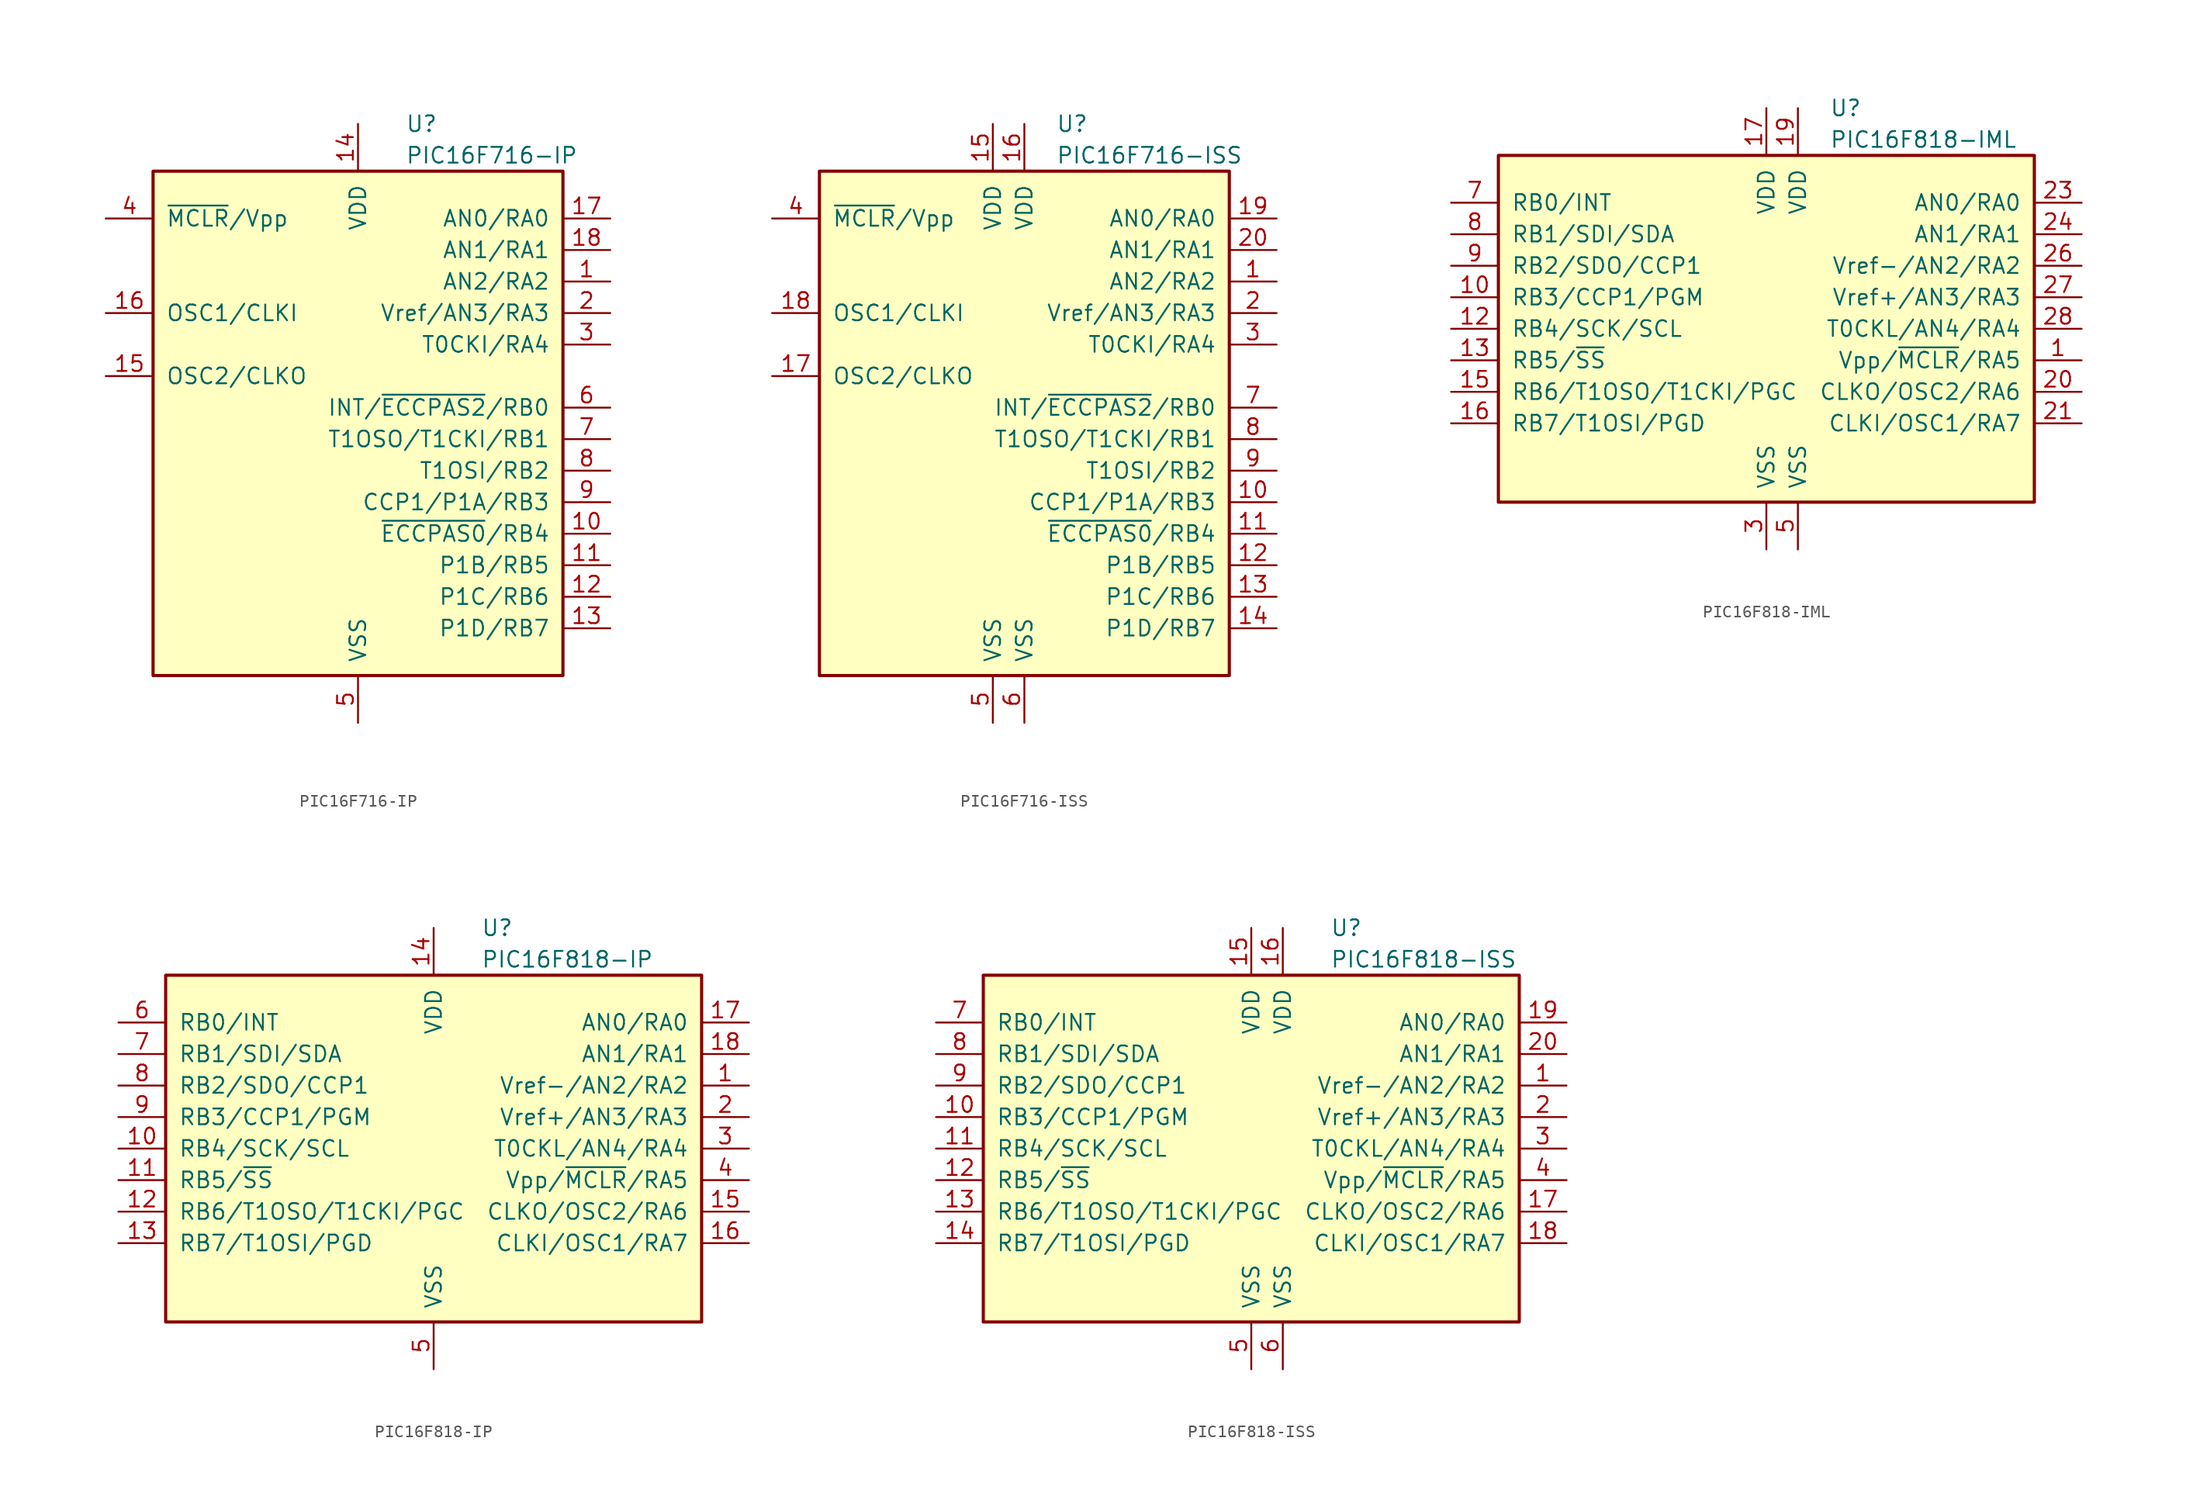
<source format=kicad_sym>
(kicad_symbol_lib
  (version 20201005)
  (generator kicad_symbol_editor)
  (symbol "PIC16F716-IP"
    (pin_names
      (offset 1.016))
    (property "Reference" "U"
      (at 3.81 22.86 0)
      (effects (font (size 1.27 1.27)) (justify left)))
    (property "Value" "PIC16F716-IP"
      (at 3.81 20.32 0)
      (effects (font (size 1.27 1.27)) (justify left)))
    (symbol "PIC16F716-IP_0_1"
      (rectangle (start -16.51 19.05) (end 16.51 -21.59) (stroke (width 0.254)) (fill (type background))))
    (symbol "PIC16F716-IP_1_1"
      (pin bidirectional line (at 20.32 10.16 180) (length 3.81) (name "AN2/RA2" (effects (font (size 1.27 1.27)))) (number "1" (effects (font (size 1.27 1.27)))))
      (pin bidirectional line (at 20.32 -10.16 180) (length 3.81) (name "~ECCPAS0~/RB4" (effects (font (size 1.27 1.27)))) (number "10" (effects (font (size 1.27 1.27)))))
      (pin bidirectional line (at 20.32 -12.7 180) (length 3.81) (name "P1B/RB5" (effects (font (size 1.27 1.27)))) (number "11" (effects (font (size 1.27 1.27)))))
      (pin bidirectional line (at 20.32 -15.24 180) (length 3.81) (name "P1C/RB6" (effects (font (size 1.27 1.27)))) (number "12" (effects (font (size 1.27 1.27)))))
      (pin bidirectional line (at 20.32 -17.78 180) (length 3.81) (name "P1D/RB7" (effects (font (size 1.27 1.27)))) (number "13" (effects (font (size 1.27 1.27)))))
      (pin power_in line (at 0 22.86 270) (length 3.81) (name "VDD" (effects (font (size 1.27 1.27)))) (number "14" (effects (font (size 1.27 1.27)))))
      (pin output line (at -20.32 2.54 0) (length 3.81) (name "OSC2/CLKO" (effects (font (size 1.27 1.27)))) (number "15" (effects (font (size 1.27 1.27)))))
      (pin input line (at -20.32 7.62 0) (length 3.81) (name "OSC1/CLKI" (effects (font (size 1.27 1.27)))) (number "16" (effects (font (size 1.27 1.27)))))
      (pin bidirectional line (at 20.32 15.24 180) (length 3.81) (name "AN0/RA0" (effects (font (size 1.27 1.27)))) (number "17" (effects (font (size 1.27 1.27)))))
      (pin bidirectional line (at 20.32 12.7 180) (length 3.81) (name "AN1/RA1" (effects (font (size 1.27 1.27)))) (number "18" (effects (font (size 1.27 1.27)))))
      (pin bidirectional line (at 20.32 7.62 180) (length 3.81) (name "Vref/AN3/RA3" (effects (font (size 1.27 1.27)))) (number "2" (effects (font (size 1.27 1.27)))))
      (pin output line (at 20.32 5.08 180) (length 3.81) (name "T0CKI/RA4" (effects (font (size 1.27 1.27)))) (number "3" (effects (font (size 1.27 1.27)))))
      (pin input line (at -20.32 15.24 0) (length 3.81) (name "~MCLR~/Vpp" (effects (font (size 1.27 1.27)))) (number "4" (effects (font (size 1.27 1.27)))))
      (pin power_in line (at 0 -25.4 90) (length 3.81) (name "VSS" (effects (font (size 1.27 1.27)))) (number "5" (effects (font (size 1.27 1.27)))))
      (pin bidirectional line (at 20.32 0 180) (length 3.81) (name "INT/~ECCPAS2~/RB0" (effects (font (size 1.27 1.27)))) (number "6" (effects (font (size 1.27 1.27)))))
      (pin bidirectional line (at 20.32 -2.54 180) (length 3.81) (name "T1OSO/T1CKI/RB1" (effects (font (size 1.27 1.27)))) (number "7" (effects (font (size 1.27 1.27)))))
      (pin bidirectional line (at 20.32 -5.08 180) (length 3.81) (name "T1OSI/RB2" (effects (font (size 1.27 1.27)))) (number "8" (effects (font (size 1.27 1.27)))))
      (pin bidirectional line (at 20.32 -7.62 180) (length 3.81) (name "CCP1/P1A/RB3" (effects (font (size 1.27 1.27)))) (number "9" (effects (font (size 1.27 1.27)))))))
  (symbol "PIC16F716-ISS"
    (pin_names
      (offset 1.016))
    (property "Reference" "U"
      (at 2.54 22.86 0)
      (effects (font (size 1.27 1.27)) (justify left)))
    (property "Value" "PIC16F716-ISS"
      (at 2.54 20.32 0)
      (effects (font (size 1.27 1.27)) (justify left)))
    (symbol "PIC16F716-ISS_0_1"
      (rectangle (start -16.51 19.05) (end 16.51 -21.59) (stroke (width 0.254)) (fill (type background))))
    (symbol "PIC16F716-ISS_1_1"
      (pin bidirectional line (at 20.32 10.16 180) (length 3.81) (name "AN2/RA2" (effects (font (size 1.27 1.27)))) (number "1" (effects (font (size 1.27 1.27)))))
      (pin bidirectional line (at 20.32 -7.62 180) (length 3.81) (name "CCP1/P1A/RB3" (effects (font (size 1.27 1.27)))) (number "10" (effects (font (size 1.27 1.27)))))
      (pin bidirectional line (at 20.32 -10.16 180) (length 3.81) (name "~ECCPAS0~/RB4" (effects (font (size 1.27 1.27)))) (number "11" (effects (font (size 1.27 1.27)))))
      (pin bidirectional line (at 20.32 -12.7 180) (length 3.81) (name "P1B/RB5" (effects (font (size 1.27 1.27)))) (number "12" (effects (font (size 1.27 1.27)))))
      (pin bidirectional line (at 20.32 -15.24 180) (length 3.81) (name "P1C/RB6" (effects (font (size 1.27 1.27)))) (number "13" (effects (font (size 1.27 1.27)))))
      (pin bidirectional line (at 20.32 -17.78 180) (length 3.81) (name "P1D/RB7" (effects (font (size 1.27 1.27)))) (number "14" (effects (font (size 1.27 1.27)))))
      (pin power_in line (at -2.54 22.86 270) (length 3.81) (name "VDD" (effects (font (size 1.27 1.27)))) (number "15" (effects (font (size 1.27 1.27)))))
      (pin power_in line (at 0 22.86 270) (length 3.81) (name "VDD" (effects (font (size 1.27 1.27)))) (number "16" (effects (font (size 1.27 1.27)))))
      (pin output line (at -20.32 2.54 0) (length 3.81) (name "OSC2/CLKO" (effects (font (size 1.27 1.27)))) (number "17" (effects (font (size 1.27 1.27)))))
      (pin input line (at -20.32 7.62 0) (length 3.81) (name "OSC1/CLKI" (effects (font (size 1.27 1.27)))) (number "18" (effects (font (size 1.27 1.27)))))
      (pin bidirectional line (at 20.32 15.24 180) (length 3.81) (name "AN0/RA0" (effects (font (size 1.27 1.27)))) (number "19" (effects (font (size 1.27 1.27)))))
      (pin bidirectional line (at 20.32 7.62 180) (length 3.81) (name "Vref/AN3/RA3" (effects (font (size 1.27 1.27)))) (number "2" (effects (font (size 1.27 1.27)))))
      (pin bidirectional line (at 20.32 12.7 180) (length 3.81) (name "AN1/RA1" (effects (font (size 1.27 1.27)))) (number "20" (effects (font (size 1.27 1.27)))))
      (pin output line (at 20.32 5.08 180) (length 3.81) (name "T0CKI/RA4" (effects (font (size 1.27 1.27)))) (number "3" (effects (font (size 1.27 1.27)))))
      (pin input line (at -20.32 15.24 0) (length 3.81) (name "~MCLR~/Vpp" (effects (font (size 1.27 1.27)))) (number "4" (effects (font (size 1.27 1.27)))))
      (pin power_in line (at -2.54 -25.4 90) (length 3.81) (name "VSS" (effects (font (size 1.27 1.27)))) (number "5" (effects (font (size 1.27 1.27)))))
      (pin power_in line (at 0 -25.4 90) (length 3.81) (name "VSS" (effects (font (size 1.27 1.27)))) (number "6" (effects (font (size 1.27 1.27)))))
      (pin bidirectional line (at 20.32 0 180) (length 3.81) (name "INT/~ECCPAS2~/RB0" (effects (font (size 1.27 1.27)))) (number "7" (effects (font (size 1.27 1.27)))))
      (pin bidirectional line (at 20.32 -2.54 180) (length 3.81) (name "T1OSO/T1CKI/RB1" (effects (font (size 1.27 1.27)))) (number "8" (effects (font (size 1.27 1.27)))))
      (pin bidirectional line (at 20.32 -5.08 180) (length 3.81) (name "T1OSI/RB2" (effects (font (size 1.27 1.27)))) (number "9" (effects (font (size 1.27 1.27)))))))
  (symbol "PIC16F818-IML"
    (pin_names
      (offset 1.016))
    (property "Reference" "U"
      (at 5.08 17.78 0)
      (effects (font (size 1.27 1.27)) (justify left)))
    (property "Value" "PIC16F818-IML"
      (at 5.08 15.24 0)
      (effects (font (size 1.27 1.27)) (justify left)))
    (symbol "PIC16F818-IML_0_1"
      (rectangle (start -21.59 13.97) (end 21.59 -13.97) (stroke (width 0.254)) (fill (type background))))
    (symbol "PIC16F818-IML_1_1"
      (pin input line (at 25.4 -2.54 180) (length 3.81) (name "Vpp/~MCLR~/RA5" (effects (font (size 1.27 1.27)))) (number "1" (effects (font (size 1.27 1.27)))))
      (pin bidirectional line (at -25.4 2.54 0) (length 3.81) (name "RB3/CCP1/PGM" (effects (font (size 1.27 1.27)))) (number "10" (effects (font (size 1.27 1.27)))))
      (pin bidirectional line (at -25.4 0 0) (length 3.81) (name "RB4/SCK/SCL" (effects (font (size 1.27 1.27)))) (number "12" (effects (font (size 1.27 1.27)))))
      (pin bidirectional line (at -25.4 -2.54 0) (length 3.81) (name "RB5/~SS~" (effects (font (size 1.27 1.27)))) (number "13" (effects (font (size 1.27 1.27)))))
      (pin bidirectional line (at -25.4 -5.08 0) (length 3.81) (name "RB6/T1OSO/T1CKI/PGC" (effects (font (size 1.27 1.27)))) (number "15" (effects (font (size 1.27 1.27)))))
      (pin bidirectional line (at -25.4 -7.62 0) (length 3.81) (name "RB7/T1OSI/PGD" (effects (font (size 1.27 1.27)))) (number "16" (effects (font (size 1.27 1.27)))))
      (pin power_in line (at 0 17.78 270) (length 3.81) (name "VDD" (effects (font (size 1.27 1.27)))) (number "17" (effects (font (size 1.27 1.27)))))
      (pin power_in line (at 2.54 17.78 270) (length 3.81) (name "VDD" (effects (font (size 1.27 1.27)))) (number "19" (effects (font (size 1.27 1.27)))))
      (pin bidirectional line (at 25.4 -5.08 180) (length 3.81) (name "CLKO/OSC2/RA6" (effects (font (size 1.27 1.27)))) (number "20" (effects (font (size 1.27 1.27)))))
      (pin bidirectional line (at 25.4 -7.62 180) (length 3.81) (name "CLKI/OSC1/RA7" (effects (font (size 1.27 1.27)))) (number "21" (effects (font (size 1.27 1.27)))))
      (pin bidirectional line (at 25.4 10.16 180) (length 3.81) (name "AN0/RA0" (effects (font (size 1.27 1.27)))) (number "23" (effects (font (size 1.27 1.27)))))
      (pin bidirectional line (at 25.4 7.62 180) (length 3.81) (name "AN1/RA1" (effects (font (size 1.27 1.27)))) (number "24" (effects (font (size 1.27 1.27)))))
      (pin bidirectional line (at 25.4 5.08 180) (length 3.81) (name "Vref-/AN2/RA2" (effects (font (size 1.27 1.27)))) (number "26" (effects (font (size 1.27 1.27)))))
      (pin bidirectional line (at 25.4 2.54 180) (length 3.81) (name "Vref+/AN3/RA3" (effects (font (size 1.27 1.27)))) (number "27" (effects (font (size 1.27 1.27)))))
      (pin bidirectional line (at 25.4 0 180) (length 3.81) (name "T0CKL/AN4/RA4" (effects (font (size 1.27 1.27)))) (number "28" (effects (font (size 1.27 1.27)))))
      (pin power_in line (at 0 -17.78 90) (length 3.81) (name "VSS" (effects (font (size 1.27 1.27)))) (number "3" (effects (font (size 1.27 1.27)))))
      (pin power_in line (at 2.54 -17.78 90) (length 3.81) (name "VSS" (effects (font (size 1.27 1.27)))) (number "5" (effects (font (size 1.27 1.27)))))
      (pin bidirectional line (at -25.4 10.16 0) (length 3.81) (name "RB0/INT" (effects (font (size 1.27 1.27)))) (number "7" (effects (font (size 1.27 1.27)))))
      (pin bidirectional line (at -25.4 7.62 0) (length 3.81) (name "RB1/SDI/SDA" (effects (font (size 1.27 1.27)))) (number "8" (effects (font (size 1.27 1.27)))))
      (pin bidirectional line (at -25.4 5.08 0) (length 3.81) (name "RB2/SDO/CCP1" (effects (font (size 1.27 1.27)))) (number "9" (effects (font (size 1.27 1.27)))))))
  (symbol "PIC16F818-IP"
    (pin_names
      (offset 1.016))
    (property "Reference" "U"
      (at 3.81 17.78 0)
      (effects (font (size 1.27 1.27)) (justify left)))
    (property "Value" "PIC16F818-IP"
      (at 3.81 15.24 0)
      (effects (font (size 1.27 1.27)) (justify left)))
    (symbol "PIC16F818-IP_0_1"
      (rectangle (start -21.59 13.97) (end 21.59 -13.97) (stroke (width 0.254)) (fill (type background))))
    (symbol "PIC16F818-IP_1_1"
      (pin bidirectional line (at 25.4 5.08 180) (length 3.81) (name "Vref-/AN2/RA2" (effects (font (size 1.27 1.27)))) (number "1" (effects (font (size 1.27 1.27)))))
      (pin bidirectional line (at -25.4 0 0) (length 3.81) (name "RB4/SCK/SCL" (effects (font (size 1.27 1.27)))) (number "10" (effects (font (size 1.27 1.27)))))
      (pin bidirectional line (at -25.4 -2.54 0) (length 3.81) (name "RB5/~SS~" (effects (font (size 1.27 1.27)))) (number "11" (effects (font (size 1.27 1.27)))))
      (pin bidirectional line (at -25.4 -5.08 0) (length 3.81) (name "RB6/T1OSO/T1CKI/PGC" (effects (font (size 1.27 1.27)))) (number "12" (effects (font (size 1.27 1.27)))))
      (pin bidirectional line (at -25.4 -7.62 0) (length 3.81) (name "RB7/T1OSI/PGD" (effects (font (size 1.27 1.27)))) (number "13" (effects (font (size 1.27 1.27)))))
      (pin power_in line (at 0 17.78 270) (length 3.81) (name "VDD" (effects (font (size 1.27 1.27)))) (number "14" (effects (font (size 1.27 1.27)))))
      (pin bidirectional line (at 25.4 -5.08 180) (length 3.81) (name "CLKO/OSC2/RA6" (effects (font (size 1.27 1.27)))) (number "15" (effects (font (size 1.27 1.27)))))
      (pin bidirectional line (at 25.4 -7.62 180) (length 3.81) (name "CLKI/OSC1/RA7" (effects (font (size 1.27 1.27)))) (number "16" (effects (font (size 1.27 1.27)))))
      (pin bidirectional line (at 25.4 10.16 180) (length 3.81) (name "AN0/RA0" (effects (font (size 1.27 1.27)))) (number "17" (effects (font (size 1.27 1.27)))))
      (pin bidirectional line (at 25.4 7.62 180) (length 3.81) (name "AN1/RA1" (effects (font (size 1.27 1.27)))) (number "18" (effects (font (size 1.27 1.27)))))
      (pin bidirectional line (at 25.4 2.54 180) (length 3.81) (name "Vref+/AN3/RA3" (effects (font (size 1.27 1.27)))) (number "2" (effects (font (size 1.27 1.27)))))
      (pin bidirectional line (at 25.4 0 180) (length 3.81) (name "T0CKL/AN4/RA4" (effects (font (size 1.27 1.27)))) (number "3" (effects (font (size 1.27 1.27)))))
      (pin input line (at 25.4 -2.54 180) (length 3.81) (name "Vpp/~MCLR~/RA5" (effects (font (size 1.27 1.27)))) (number "4" (effects (font (size 1.27 1.27)))))
      (pin power_in line (at 0 -17.78 90) (length 3.81) (name "VSS" (effects (font (size 1.27 1.27)))) (number "5" (effects (font (size 1.27 1.27)))))
      (pin bidirectional line (at -25.4 10.16 0) (length 3.81) (name "RB0/INT" (effects (font (size 1.27 1.27)))) (number "6" (effects (font (size 1.27 1.27)))))
      (pin bidirectional line (at -25.4 7.62 0) (length 3.81) (name "RB1/SDI/SDA" (effects (font (size 1.27 1.27)))) (number "7" (effects (font (size 1.27 1.27)))))
      (pin bidirectional line (at -25.4 5.08 0) (length 3.81) (name "RB2/SDO/CCP1" (effects (font (size 1.27 1.27)))) (number "8" (effects (font (size 1.27 1.27)))))
      (pin bidirectional line (at -25.4 2.54 0) (length 3.81) (name "RB3/CCP1/PGM" (effects (font (size 1.27 1.27)))) (number "9" (effects (font (size 1.27 1.27)))))))
  (symbol "PIC16F818-ISS"
    (pin_names
      (offset 1.016))
    (property "Reference" "U"
      (at 6.35 17.78 0)
      (effects (font (size 1.27 1.27)) (justify left)))
    (property "Value" "PIC16F818-ISS"
      (at 6.35 15.24 0)
      (effects (font (size 1.27 1.27)) (justify left)))
    (symbol "PIC16F818-ISS_0_1"
      (rectangle (start -21.59 13.97) (end 21.59 -13.97) (stroke (width 0.254)) (fill (type background))))
    (symbol "PIC16F818-ISS_1_1"
      (pin bidirectional line (at 25.4 5.08 180) (length 3.81) (name "Vref-/AN2/RA2" (effects (font (size 1.27 1.27)))) (number "1" (effects (font (size 1.27 1.27)))))
      (pin bidirectional line (at -25.4 2.54 0) (length 3.81) (name "RB3/CCP1/PGM" (effects (font (size 1.27 1.27)))) (number "10" (effects (font (size 1.27 1.27)))))
      (pin bidirectional line (at -25.4 0 0) (length 3.81) (name "RB4/SCK/SCL" (effects (font (size 1.27 1.27)))) (number "11" (effects (font (size 1.27 1.27)))))
      (pin bidirectional line (at -25.4 -2.54 0) (length 3.81) (name "RB5/~SS~" (effects (font (size 1.27 1.27)))) (number "12" (effects (font (size 1.27 1.27)))))
      (pin bidirectional line (at -25.4 -5.08 0) (length 3.81) (name "RB6/T1OSO/T1CKI/PGC" (effects (font (size 1.27 1.27)))) (number "13" (effects (font (size 1.27 1.27)))))
      (pin bidirectional line (at -25.4 -7.62 0) (length 3.81) (name "RB7/T1OSI/PGD" (effects (font (size 1.27 1.27)))) (number "14" (effects (font (size 1.27 1.27)))))
      (pin power_in line (at 0 17.78 270) (length 3.81) (name "VDD" (effects (font (size 1.27 1.27)))) (number "15" (effects (font (size 1.27 1.27)))))
      (pin power_in line (at 2.54 17.78 270) (length 3.81) (name "VDD" (effects (font (size 1.27 1.27)))) (number "16" (effects (font (size 1.27 1.27)))))
      (pin bidirectional line (at 25.4 -5.08 180) (length 3.81) (name "CLKO/OSC2/RA6" (effects (font (size 1.27 1.27)))) (number "17" (effects (font (size 1.27 1.27)))))
      (pin bidirectional line (at 25.4 -7.62 180) (length 3.81) (name "CLKI/OSC1/RA7" (effects (font (size 1.27 1.27)))) (number "18" (effects (font (size 1.27 1.27)))))
      (pin bidirectional line (at 25.4 10.16 180) (length 3.81) (name "AN0/RA0" (effects (font (size 1.27 1.27)))) (number "19" (effects (font (size 1.27 1.27)))))
      (pin bidirectional line (at 25.4 2.54 180) (length 3.81) (name "Vref+/AN3/RA3" (effects (font (size 1.27 1.27)))) (number "2" (effects (font (size 1.27 1.27)))))
      (pin bidirectional line (at 25.4 7.62 180) (length 3.81) (name "AN1/RA1" (effects (font (size 1.27 1.27)))) (number "20" (effects (font (size 1.27 1.27)))))
      (pin bidirectional line (at 25.4 0 180) (length 3.81) (name "T0CKL/AN4/RA4" (effects (font (size 1.27 1.27)))) (number "3" (effects (font (size 1.27 1.27)))))
      (pin input line (at 25.4 -2.54 180) (length 3.81) (name "Vpp/~MCLR~/RA5" (effects (font (size 1.27 1.27)))) (number "4" (effects (font (size 1.27 1.27)))))
      (pin power_in line (at 0 -17.78 90) (length 3.81) (name "VSS" (effects (font (size 1.27 1.27)))) (number "5" (effects (font (size 1.27 1.27)))))
      (pin power_in line (at 2.54 -17.78 90) (length 3.81) (name "VSS" (effects (font (size 1.27 1.27)))) (number "6" (effects (font (size 1.27 1.27)))))
      (pin bidirectional line (at -25.4 10.16 0) (length 3.81) (name "RB0/INT" (effects (font (size 1.27 1.27)))) (number "7" (effects (font (size 1.27 1.27)))))
      (pin bidirectional line (at -25.4 7.62 0) (length 3.81) (name "RB1/SDI/SDA" (effects (font (size 1.27 1.27)))) (number "8" (effects (font (size 1.27 1.27)))))
      (pin bidirectional line (at -25.4 5.08 0) (length 3.81) (name "RB2/SDO/CCP1" (effects (font (size 1.27 1.27)))) (number "9" (effects (font (size 1.27 1.27))))))))
</source>
